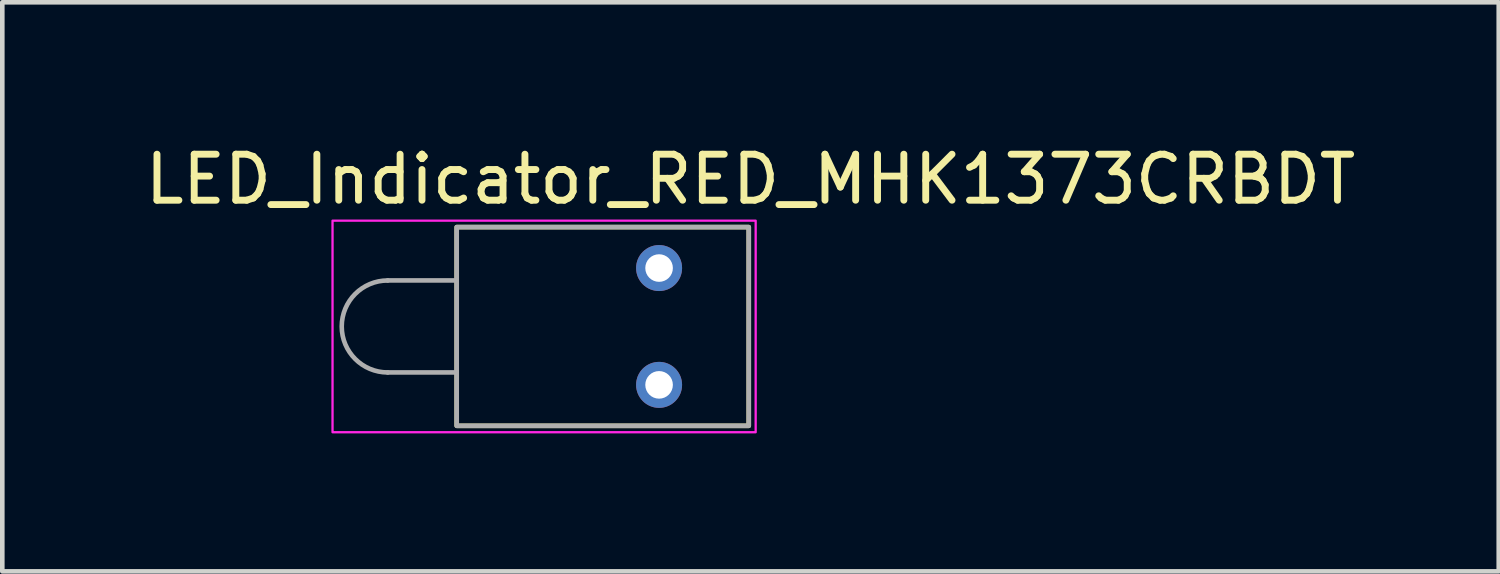
<source format=kicad_pcb>
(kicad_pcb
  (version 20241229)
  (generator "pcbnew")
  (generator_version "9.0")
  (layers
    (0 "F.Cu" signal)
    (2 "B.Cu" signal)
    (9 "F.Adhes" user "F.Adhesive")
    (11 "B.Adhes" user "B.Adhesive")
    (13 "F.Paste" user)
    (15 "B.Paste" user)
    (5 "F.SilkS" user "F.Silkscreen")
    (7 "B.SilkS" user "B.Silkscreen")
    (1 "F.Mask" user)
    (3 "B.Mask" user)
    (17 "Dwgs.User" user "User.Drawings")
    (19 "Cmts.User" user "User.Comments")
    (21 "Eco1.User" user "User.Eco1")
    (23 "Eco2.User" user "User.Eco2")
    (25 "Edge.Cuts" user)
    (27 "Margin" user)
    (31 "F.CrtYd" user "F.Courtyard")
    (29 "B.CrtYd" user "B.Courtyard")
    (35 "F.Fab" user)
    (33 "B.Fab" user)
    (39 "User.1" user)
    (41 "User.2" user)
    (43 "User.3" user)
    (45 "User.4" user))
  (footprint "LED_Indicator_RED_MHK1373CRBDT"
    (layer "F.Cu")
    (at 11.305 4.048)
    (property "Reference" "LED_Indicator_RED_MHK1373CRBDT" (at 1.963 -3.2 0) (unlocked yes) (layer "F.SilkS") (effects (font (size 1 1) (thickness 0.15))))
    (attr through_hole)
    (fp_rect (start -4.425 -2.16) (end 1.925 2.16) (stroke (width 0.1) (type solid)) (fill no) (layer "F.SilkS"))
    (fp_rect (start -7.125 -2.3) (end 2.075 2.3) (stroke (width 0.05) (type solid)) (fill no) (layer "F.CrtYd"))
    (fp_line (start -5.925 -1) (end -4.425 -1) (stroke (width 0.1) (type solid)) (layer "F.Fab"))
    (fp_line (start -5.925 1) (end -4.425 1) (stroke (width 0.1) (type solid)) (layer "F.Fab"))
    (fp_rect (start -4.425 -2.16) (end 1.925 2.16) (stroke (width 0.1) (type solid)) (fill no) (layer "F.Fab"))
    (fp_arc (start -5.925 1) (mid -6.925 0) (end -5.925 -1) (stroke (width 0.1) (type solid)) (layer "F.Fab"))
    (pad "1" thru_hole circle (at -0.025 1.27 180) (size 1 1) (drill 0.6) (layers "*.Cu" "*.Mask"))
    (pad "2" thru_hole circle (at -0.025 -1.27 180) (size 1 1) (drill 0.6) (layers "*.Cu" "*.Mask")))
  (gr_rect
    (start -3 -3)
    (end 29.536 9.373)
    (stroke (width 0.1) (type default))
    (fill no)
    (layer "Edge.Cuts")))
</source>
